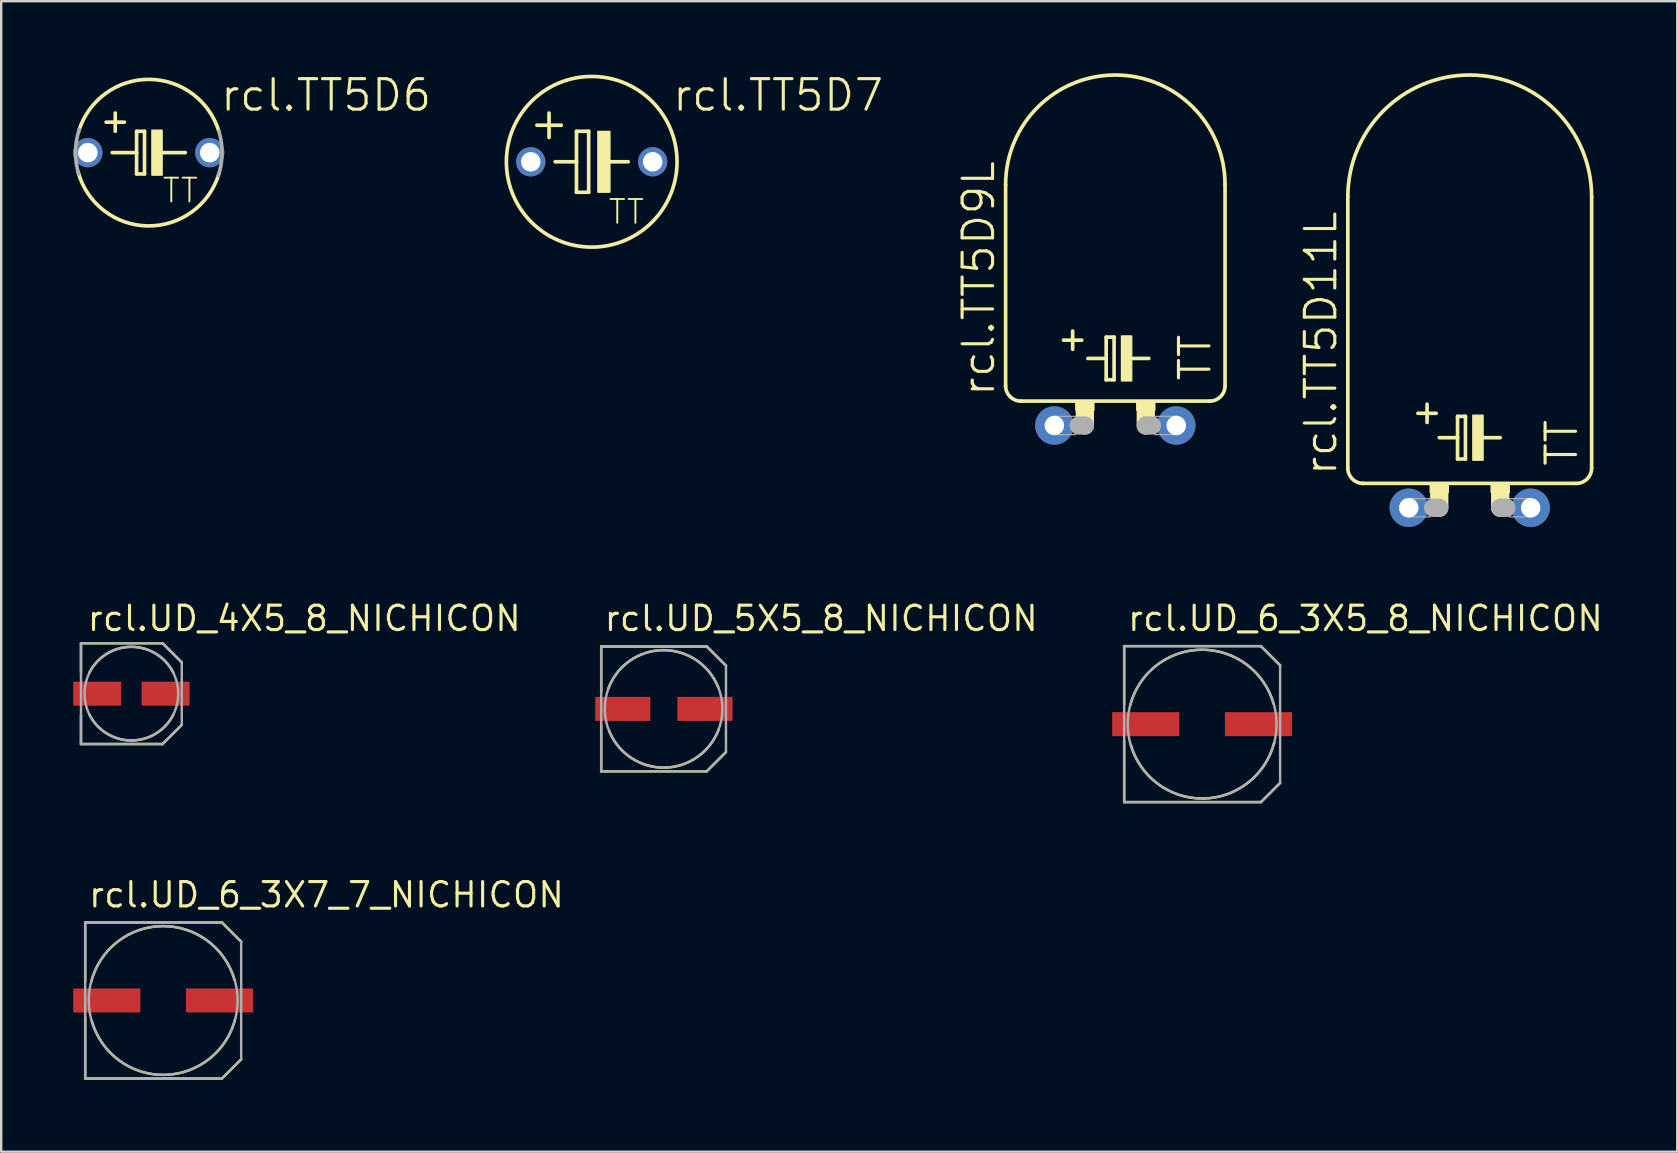
<source format=kicad_pcb>
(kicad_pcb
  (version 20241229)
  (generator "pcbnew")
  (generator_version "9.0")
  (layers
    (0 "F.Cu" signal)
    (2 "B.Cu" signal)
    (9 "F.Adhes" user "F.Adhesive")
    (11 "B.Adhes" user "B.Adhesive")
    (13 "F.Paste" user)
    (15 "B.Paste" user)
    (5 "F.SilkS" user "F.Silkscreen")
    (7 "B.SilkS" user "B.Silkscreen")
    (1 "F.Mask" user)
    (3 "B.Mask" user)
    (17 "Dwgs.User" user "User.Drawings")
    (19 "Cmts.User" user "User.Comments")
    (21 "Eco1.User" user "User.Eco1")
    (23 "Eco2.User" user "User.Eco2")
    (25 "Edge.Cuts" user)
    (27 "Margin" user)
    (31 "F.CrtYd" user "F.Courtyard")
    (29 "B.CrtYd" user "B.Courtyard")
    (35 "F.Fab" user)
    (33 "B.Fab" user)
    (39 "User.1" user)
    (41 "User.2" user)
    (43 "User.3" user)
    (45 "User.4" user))
  (footprint "rcl.TT5D7"
    (layer "F.Cu")
    (at 21.608 3.692)
    (property "Reference" "rcl.TT5D7" (at 3.302 -2.032 0) (layer "F.SilkS") (effects (font (size 1.27 1.27) (thickness 0.13)) (justify left bottom)))
    (attr through_hole)
    (fp_line (start -2.286 -1.524) (end -1.27 -1.524) (stroke (width 0.152) (type default)) (layer "F.SilkS"))
    (fp_line (start -1.778 -1.016) (end -1.778 -2.032) (stroke (width 0.152) (type default)) (layer "F.SilkS"))
    (fp_line (start -1.524 0) (end -0.635 0) (stroke (width 0.152) (type default)) (layer "F.SilkS"))
    (fp_line (start -0.635 -1.27) (end -0.635 0) (stroke (width 0.152) (type default)) (layer "F.SilkS"))
    (fp_line (start -0.635 0) (end -0.635 1.27) (stroke (width 0.152) (type default)) (layer "F.SilkS"))
    (fp_line (start -0.635 1.27) (end -0.127 1.27) (stroke (width 0.152) (type default)) (layer "F.SilkS"))
    (fp_line (start -0.127 -1.27) (end -0.635 -1.27) (stroke (width 0.152) (type default)) (layer "F.SilkS"))
    (fp_line (start -0.127 1.27) (end -0.127 -1.27) (stroke (width 0.152) (type default)) (layer "F.SilkS"))
    (fp_line (start 0.635 0) (end 1.524 0) (stroke (width 0.152) (type default)) (layer "F.SilkS"))
    (fp_rect (start 0.254 1.27) (end 0.762 -1.27) (stroke (width 0.05) (type default)) (fill yes) (layer "F.SilkS"))
    (fp_circle (center 0 0) (end 3.556 0) (stroke (width 0.152) (type default)) (fill no) (layer "F.SilkS"))
    (fp_text user "TT" (at 0.635 2.667 0) (layer "F.SilkS") (effects (font (size 0.991 0.991) (thickness 0.08)) (justify left bottom)))
    (pad "+" thru_hole circle (at -2.54 0) (size 1.219 1.219) (drill 0.813) (layers "*.Cu" "*.Mask"))
    (pad "-" thru_hole circle (at 2.54 0) (size 1.219 1.219) (drill 0.813) (layers "*.Cu" "*.Mask")))
  (footprint "rcl.UD_5X5_8_NICHICON"
    (layer "F.Cu")
    (at 24.603 26.491)
    (property "Reference" "rcl.UD_5X5_8_NICHICON" (at -2.54 -3.175 0) (layer "F.SilkS") (effects (font (size 1.016 1.016) (thickness 0.13)) (justify left bottom)))
    (attr smd)
    (fp_line (start -2.6 -2.6) (end 1.8 -2.6) (stroke (width 0.102) (type default)) (layer "F.SilkS"))
    (fp_line (start -2.6 -0.7) (end -2.6 -2.6) (stroke (width 0.102) (type default)) (layer "F.SilkS"))
    (fp_line (start -2.6 2.6) (end -2.6 0.7) (stroke (width 0.102) (type default)) (layer "F.SilkS"))
    (fp_line (start 1.8 -2.6) (end 2.6 -1.8) (stroke (width 0.102) (type default)) (layer "F.SilkS"))
    (fp_line (start 1.8 2.6) (end -2.6 2.6) (stroke (width 0.102) (type default)) (layer "F.SilkS"))
    (fp_line (start 2.6 1.8) (end 1.8 2.6) (stroke (width 0.102) (type default)) (layer "F.SilkS"))
    (fp_arc (start -2.3 -0.85) (mid -0.02968 -2.446956) (end 2.275 -0.9) (stroke (width 0.1016) (type default)) (layer "F.SilkS"))
    (fp_arc (start 2.3 0.85) (mid 0.02968 2.446956) (end -2.275 0.9) (stroke (width 0.1016) (type default)) (layer "F.SilkS"))
    (fp_line (start -2.6 -2.6) (end 1.8 -2.6) (stroke (width 0.102) (type default)) (layer "F.Fab"))
    (fp_line (start -2.6 2.6) (end -2.6 -2.6) (stroke (width 0.102) (type default)) (layer "F.Fab"))
    (fp_line (start 1.8 -2.6) (end 2.6 -1.8) (stroke (width 0.102) (type default)) (layer "F.Fab"))
    (fp_line (start 1.8 2.6) (end -2.6 2.6) (stroke (width 0.102) (type default)) (layer "F.Fab"))
    (fp_line (start 2.6 -1.8) (end 2.6 1.8) (stroke (width 0.102) (type default)) (layer "F.Fab"))
    (fp_line (start 2.6 1.8) (end 1.8 2.6) (stroke (width 0.102) (type default)) (layer "F.Fab"))
    (fp_circle (center 0 0) (end 2.45 0) (stroke (width 0.102) (type default)) (fill no) (layer "F.Fab"))
    (pad "+" smd roundrect (at 1.725 0) (size 2.3 1) (layers "F.Cu" "F.Mask" "F.Paste") (roundrect_rratio 0.01))
    (pad "-" smd roundrect (at -1.7 0) (size 2.3 1) (layers "F.Cu" "F.Mask" "F.Paste") (roundrect_rratio 0.01)))
  (footprint "rcl.TT5D9L"
    (layer "F.Cu")
    (at 43.428 14.681)
    (property "Reference" "rcl.TT5D9L" (at -4.953 -1.143 90) (layer "F.SilkS") (effects (font (size 1.27 1.27) (thickness 0.13)) (justify left bottom)))
    (attr through_hole)
    (fp_line (start -4.572 -10.033) (end -4.572 -1.651) (stroke (width 0.152) (type default)) (layer "F.SilkS"))
    (fp_line (start -3.937 -1.016) (end 3.937 -1.016) (stroke (width 0.152) (type default)) (layer "F.SilkS"))
    (fp_line (start -2.159 -3.556) (end -1.397 -3.556) (stroke (width 0.152) (type default)) (layer "F.SilkS"))
    (fp_line (start -1.778 -3.937) (end -1.778 -3.175) (stroke (width 0.152) (type default)) (layer "F.SilkS"))
    (fp_line (start -1.27 -0.635) (end -1.27 0) (stroke (width 0.762) (type default)) (layer "F.SilkS"))
    (fp_line (start -1.143 -2.794) (end -0.381 -2.794) (stroke (width 0.152) (type default)) (layer "F.SilkS"))
    (fp_line (start -0.381 -3.683) (end -0.381 -2.794) (stroke (width 0.152) (type default)) (layer "F.SilkS"))
    (fp_line (start -0.381 -2.794) (end -0.381 -1.905) (stroke (width 0.152) (type default)) (layer "F.SilkS"))
    (fp_line (start -0.381 -1.905) (end -0.051 -1.905) (stroke (width 0.152) (type default)) (layer "F.SilkS"))
    (fp_line (start -0.051 -3.683) (end -0.381 -3.683) (stroke (width 0.152) (type default)) (layer "F.SilkS"))
    (fp_line (start -0.051 -1.905) (end -0.051 -3.683) (stroke (width 0.152) (type default)) (layer "F.SilkS"))
    (fp_line (start 0.635 -2.794) (end 1.397 -2.794) (stroke (width 0.152) (type default)) (layer "F.SilkS"))
    (fp_line (start 1.27 -0.635) (end 1.27 0) (stroke (width 0.762) (type default)) (layer "F.SilkS"))
    (fp_line (start 4.572 -10.033) (end 4.572 -1.651) (stroke (width 0.152) (type default)) (layer "F.SilkS"))
    (fp_rect (start -1.651 -0.635) (end -0.889 -1.016) (stroke (width 0.05) (type default)) (fill yes) (layer "F.SilkS"))
    (fp_rect (start 0.254 -1.854) (end 0.686 -3.734) (stroke (width 0.05) (type default)) (fill yes) (layer "F.SilkS"))
    (fp_rect (start 0.889 -0.635) (end 1.651 -1.016) (stroke (width 0.05) (type default)) (fill yes) (layer "F.SilkS"))
    (fp_arc (start -4.572 -10.033) (mid 0 -14.605) (end 4.572 -10.033) (stroke (width 0.1524) (type default)) (layer "F.SilkS"))
    (fp_arc (start -3.937 -1.016) (mid -4.386013 -1.201987) (end -4.572 -1.651) (stroke (width 0.1524) (type default)) (layer "F.SilkS"))
    (fp_arc (start 4.572 -1.651) (mid 4.386013 -1.201987) (end 3.937 -1.016) (stroke (width 0.1524) (type default)) (layer "F.SilkS"))
    (fp_line (start -1.524 0) (end -1.27 0) (stroke (width 0.762) (type default)) (layer "F.Fab"))
    (fp_line (start 1.524 0) (end 1.27 0) (stroke (width 0.762) (type default)) (layer "F.Fab"))
    (fp_rect (start -2.54 0.381) (end -1.651 -0.381) (stroke (width 0.05) (type default)) (fill no) (layer "F.Fab"))
    (fp_rect (start 1.651 0.381) (end 2.54 -0.381) (stroke (width 0.05) (type default)) (fill no) (layer "F.Fab"))
    (fp_text user "TT" (at 4.064 -1.778 90) (layer "F.SilkS") (effects (font (size 1.27 1.27) (thickness 0.13)) (justify left bottom)))
    (pad "+" thru_hole circle (at -2.54 0) (size 1.6 1.6) (drill 0.813) (layers "*.Cu" "*.Mask"))
    (pad "-" thru_hole circle (at 2.54 0) (size 1.6 1.6) (drill 0.813) (layers "*.Cu" "*.Mask")))
  (footprint "rcl.TT5D6"
    (layer "F.Cu")
    (at 3.15 3.311)
    (property "Reference" "rcl.TT5D6" (at 2.921 -1.651 0) (layer "F.SilkS") (effects (font (size 1.27 1.27) (thickness 0.13)) (justify left bottom)))
    (attr through_hole)
    (fp_line (start -1.778 -1.27) (end -1.016 -1.27) (stroke (width 0.152) (type default)) (layer "F.SilkS"))
    (fp_line (start -1.524 0) (end -0.508 0) (stroke (width 0.152) (type default)) (layer "F.SilkS"))
    (fp_line (start -1.397 -1.651) (end -1.397 -0.889) (stroke (width 0.152) (type default)) (layer "F.SilkS"))
    (fp_line (start -0.508 -0.889) (end -0.508 0) (stroke (width 0.152) (type default)) (layer "F.SilkS"))
    (fp_line (start -0.508 0) (end -0.508 0.889) (stroke (width 0.152) (type default)) (layer "F.SilkS"))
    (fp_line (start -0.508 0.889) (end -0.178 0.889) (stroke (width 0.152) (type default)) (layer "F.SilkS"))
    (fp_line (start -0.178 -0.889) (end -0.508 -0.889) (stroke (width 0.152) (type default)) (layer "F.SilkS"))
    (fp_line (start -0.178 0.889) (end -0.178 -0.889) (stroke (width 0.152) (type default)) (layer "F.SilkS"))
    (fp_line (start 0.508 0) (end 1.524 0) (stroke (width 0.152) (type default)) (layer "F.SilkS"))
    (fp_rect (start 0.127 0.94) (end 0.559 -0.94) (stroke (width 0.05) (type default)) (fill yes) (layer "F.SilkS"))
    (fp_arc (start -2.908 -0.9307) (mid 0.021833 -3.053218) (end 2.921 -0.889) (stroke (width 0.1524) (type default)) (layer "F.SilkS"))
    (fp_arc (start 2.9211 0.889) (mid -0.034264 3.05318) (end -2.9403 0.8232) (stroke (width 0.1524) (type default)) (layer "F.SilkS"))
    (fp_arc (start -2.921 0.889) (mid -3.053017 -0.040147) (end -2.8966 -0.9655) (stroke (width 0.1524) (type default)) (layer "F.Fab"))
    (fp_arc (start 2.921 -0.889) (mid 3.053017 0.040147) (end 2.8966 0.9655) (stroke (width 0.1524) (type default)) (layer "F.Fab"))
    (fp_text user "TT" (at 0.508 2.159 0) (layer "F.SilkS") (effects (font (size 0.991 0.991) (thickness 0.08)) (justify left bottom)))
    (pad "+" thru_hole circle (at -2.54 0) (size 1.219 1.219) (drill 0.813) (layers "*.Cu" "*.Mask"))
    (pad "-" thru_hole circle (at 2.54 0) (size 1.219 1.219) (drill 0.813) (layers "*.Cu" "*.Mask")))
  (footprint "rcl.UD_6_3X7_7_NICHICON"
    (layer "F.Cu")
    (at 3.75 38.643)
    (property "Reference" "rcl.UD_6_3X7_7_NICHICON" (at -3.175 -3.81 0) (layer "F.SilkS") (effects (font (size 1.016 1.016) (thickness 0.13)) (justify left bottom)))
    (attr smd)
    (fp_line (start -3.25 -3.25) (end 2.45 -3.25) (stroke (width 0.102) (type default)) (layer "F.SilkS"))
    (fp_line (start -3.25 -0.8) (end -3.25 -3.25) (stroke (width 0.102) (type default)) (layer "F.SilkS"))
    (fp_line (start -3.25 3.25) (end -3.25 0.7) (stroke (width 0.102) (type default)) (layer "F.SilkS"))
    (fp_line (start 2.45 -3.25) (end 3.25 -2.45) (stroke (width 0.102) (type default)) (layer "F.SilkS"))
    (fp_line (start 2.45 3.25) (end -3.25 3.25) (stroke (width 0.102) (type default)) (layer "F.SilkS"))
    (fp_line (start 3.25 2.45) (end 2.45 3.25) (stroke (width 0.102) (type default)) (layer "F.SilkS"))
    (fp_arc (start -3 -0.775) (mid -0.041211 -3.099781) (end 2.975 -0.85) (stroke (width 0.1016) (type default)) (layer "F.SilkS"))
    (fp_arc (start 3 0.775) (mid 0.041211 3.099781) (end -2.975 0.85) (stroke (width 0.1016) (type default)) (layer "F.SilkS"))
    (fp_line (start -3.25 -3.25) (end 2.45 -3.25) (stroke (width 0.102) (type default)) (layer "F.Fab"))
    (fp_line (start -3.25 3.25) (end -3.25 -3.25) (stroke (width 0.102) (type default)) (layer "F.Fab"))
    (fp_line (start 2.45 -3.25) (end 3.25 -2.45) (stroke (width 0.102) (type default)) (layer "F.Fab"))
    (fp_line (start 2.45 3.25) (end -3.25 3.25) (stroke (width 0.102) (type default)) (layer "F.Fab"))
    (fp_line (start 3.25 -2.45) (end 3.25 2.45) (stroke (width 0.102) (type default)) (layer "F.Fab"))
    (fp_line (start 3.25 2.45) (end 2.45 3.25) (stroke (width 0.102) (type default)) (layer "F.Fab"))
    (fp_circle (center 0 0) (end 3.1 0) (stroke (width 0.102) (type default)) (fill no) (layer "F.Fab"))
    (pad "+" smd roundrect (at 2.35 0) (size 2.8 1) (layers "F.Cu" "F.Mask" "F.Paste") (roundrect_rratio 0.01))
    (pad "-" smd roundrect (at -2.35 0) (size 2.8 1) (layers "F.Cu" "F.Mask" "F.Paste") (roundrect_rratio 0.01)))
  (footprint "rcl.UD_4X5_8_NICHICON"
    (layer "F.Cu")
    (at 2.425 25.856)
    (property "Reference" "rcl.UD_4X5_8_NICHICON" (at -1.905 -2.54 0) (layer "F.SilkS") (effects (font (size 1.016 1.016) (thickness 0.13)) (justify left bottom)))
    (attr smd)
    (fp_line (start -2.1 -2.1) (end 1.3 -2.1) (stroke (width 0.102) (type default)) (layer "F.SilkS"))
    (fp_line (start -2.1 -0.9) (end -2.1 -2.1) (stroke (width 0.102) (type default)) (layer "F.SilkS"))
    (fp_line (start -2.1 2.1) (end -2.1 0.9) (stroke (width 0.102) (type default)) (layer "F.SilkS"))
    (fp_line (start 1.3 -2.1) (end 2.1 -1.3) (stroke (width 0.102) (type default)) (layer "F.SilkS"))
    (fp_line (start 1.3 2.1) (end -2.1 2.1) (stroke (width 0.102) (type default)) (layer "F.SilkS"))
    (fp_line (start 2.1 1.3) (end 1.3 2.1) (stroke (width 0.102) (type default)) (layer "F.SilkS"))
    (fp_arc (start -1.75 -0.875) (mid 0 -1.950175) (end 1.75 -0.875) (stroke (width 0.1016) (type default)) (layer "F.SilkS"))
    (fp_arc (start 1.75 0.875) (mid 0 1.950175) (end -1.75 0.875) (stroke (width 0.1016) (type default)) (layer "F.SilkS"))
    (fp_line (start -2.1 -2.1) (end 1.3 -2.1) (stroke (width 0.102) (type default)) (layer "F.Fab"))
    (fp_line (start -2.1 2.1) (end -2.1 -2.1) (stroke (width 0.102) (type default)) (layer "F.Fab"))
    (fp_line (start 1.3 -2.1) (end 2.1 -1.3) (stroke (width 0.102) (type default)) (layer "F.Fab"))
    (fp_line (start 1.3 2.1) (end -2.1 2.1) (stroke (width 0.102) (type default)) (layer "F.Fab"))
    (fp_line (start 2.1 -1.3) (end 2.1 1.3) (stroke (width 0.102) (type default)) (layer "F.Fab"))
    (fp_line (start 2.1 1.3) (end 1.3 2.1) (stroke (width 0.102) (type default)) (layer "F.Fab"))
    (fp_circle (center 0 0) (end 1.953 0) (stroke (width 0.102) (type default)) (fill no) (layer "F.Fab"))
    (pad "+" smd roundrect (at 1.425 0) (size 2 1) (layers "F.Cu" "F.Mask" "F.Paste") (roundrect_rratio 0.01))
    (pad "-" smd roundrect (at -1.425 0) (size 2 1) (layers "F.Cu" "F.Mask" "F.Paste") (roundrect_rratio 0.01)))
  (footprint "rcl.UD_6_3X5_8_NICHICON"
    (layer "F.Cu")
    (at 47.046 27.126)
    (property "Reference" "rcl.UD_6_3X5_8_NICHICON" (at -3.175 -3.81 0) (layer "F.SilkS") (effects (font (size 1.016 1.016) (thickness 0.13)) (justify left bottom)))
    (attr smd)
    (fp_line (start -3.25 -3.25) (end 2.45 -3.25) (stroke (width 0.102) (type default)) (layer "F.SilkS"))
    (fp_line (start -3.25 -0.8) (end -3.25 -3.25) (stroke (width 0.102) (type default)) (layer "F.SilkS"))
    (fp_line (start -3.25 3.25) (end -3.25 0.7) (stroke (width 0.102) (type default)) (layer "F.SilkS"))
    (fp_line (start 2.45 -3.25) (end 3.25 -2.45) (stroke (width 0.102) (type default)) (layer "F.SilkS"))
    (fp_line (start 2.45 3.25) (end -3.25 3.25) (stroke (width 0.102) (type default)) (layer "F.SilkS"))
    (fp_line (start 3.25 2.45) (end 2.45 3.25) (stroke (width 0.102) (type default)) (layer "F.SilkS"))
    (fp_arc (start -3 -0.775) (mid -0.041211 -3.099781) (end 2.975 -0.85) (stroke (width 0.1016) (type default)) (layer "F.SilkS"))
    (fp_arc (start 3 0.775) (mid 0.041211 3.099781) (end -2.975 0.85) (stroke (width 0.1016) (type default)) (layer "F.SilkS"))
    (fp_line (start -3.25 -3.25) (end 2.45 -3.25) (stroke (width 0.102) (type default)) (layer "F.Fab"))
    (fp_line (start -3.25 3.25) (end -3.25 -3.25) (stroke (width 0.102) (type default)) (layer "F.Fab"))
    (fp_line (start 2.45 -3.25) (end 3.25 -2.45) (stroke (width 0.102) (type default)) (layer "F.Fab"))
    (fp_line (start 2.45 3.25) (end -3.25 3.25) (stroke (width 0.102) (type default)) (layer "F.Fab"))
    (fp_line (start 3.25 -2.45) (end 3.25 2.45) (stroke (width 0.102) (type default)) (layer "F.Fab"))
    (fp_line (start 3.25 2.45) (end 2.45 3.25) (stroke (width 0.102) (type default)) (layer "F.Fab"))
    (fp_circle (center 0 0) (end 3.1 0) (stroke (width 0.102) (type default)) (fill no) (layer "F.Fab"))
    (pad "+" smd roundrect (at 2.35 0) (size 2.8 1) (layers "F.Cu" "F.Mask" "F.Paste") (roundrect_rratio 0.01))
    (pad "-" smd roundrect (at -2.35 0) (size 2.8 1) (layers "F.Cu" "F.Mask" "F.Paste") (roundrect_rratio 0.01)))
  (footprint "rcl.TT5D11L"
    (layer "F.Cu")
    (at 58.197 18.11)
    (property "Reference" "rcl.TT5D11L" (at -5.461 -1.27 90) (layer "F.SilkS") (effects (font (size 1.27 1.27) (thickness 0.13)) (justify left bottom)))
    (attr through_hole)
    (fp_line (start -5.08 -12.954) (end -5.08 -1.651) (stroke (width 0.152) (type default)) (layer "F.SilkS"))
    (fp_line (start -4.445 -1.016) (end 4.445 -1.016) (stroke (width 0.152) (type default)) (layer "F.SilkS"))
    (fp_line (start -2.159 -3.937) (end -1.397 -3.937) (stroke (width 0.152) (type default)) (layer "F.SilkS"))
    (fp_line (start -1.778 -4.318) (end -1.778 -3.556) (stroke (width 0.152) (type default)) (layer "F.SilkS"))
    (fp_line (start -1.27 -2.921) (end -0.508 -2.921) (stroke (width 0.152) (type default)) (layer "F.SilkS"))
    (fp_line (start -1.27 -0.635) (end -1.27 0) (stroke (width 0.762) (type default)) (layer "F.SilkS"))
    (fp_line (start -0.508 -3.81) (end -0.508 -2.921) (stroke (width 0.152) (type default)) (layer "F.SilkS"))
    (fp_line (start -0.508 -2.921) (end -0.508 -2.032) (stroke (width 0.152) (type default)) (layer "F.SilkS"))
    (fp_line (start -0.508 -2.032) (end -0.178 -2.032) (stroke (width 0.152) (type default)) (layer "F.SilkS"))
    (fp_line (start -0.178 -3.81) (end -0.508 -3.81) (stroke (width 0.152) (type default)) (layer "F.SilkS"))
    (fp_line (start -0.178 -2.032) (end -0.178 -3.81) (stroke (width 0.152) (type default)) (layer "F.SilkS"))
    (fp_line (start 0.508 -2.921) (end 1.27 -2.921) (stroke (width 0.152) (type default)) (layer "F.SilkS"))
    (fp_line (start 1.27 -0.635) (end 1.27 0) (stroke (width 0.762) (type default)) (layer "F.SilkS"))
    (fp_line (start 5.08 -12.954) (end 5.08 -1.651) (stroke (width 0.152) (type default)) (layer "F.SilkS"))
    (fp_rect (start -1.651 -0.635) (end -0.889 -1.016) (stroke (width 0.05) (type default)) (fill yes) (layer "F.SilkS"))
    (fp_rect (start 0.127 -1.981) (end 0.559 -3.861) (stroke (width 0.05) (type default)) (fill yes) (layer "F.SilkS"))
    (fp_rect (start 0.889 -0.635) (end 1.651 -1.016) (stroke (width 0.05) (type default)) (fill yes) (layer "F.SilkS"))
    (fp_arc (start -5.08 -12.954) (mid 0 -18.034) (end 5.08 -12.954) (stroke (width 0.1524) (type default)) (layer "F.SilkS"))
    (fp_arc (start -4.445 -1.016) (mid -4.894013 -1.201987) (end -5.08 -1.651) (stroke (width 0.1524) (type default)) (layer "F.SilkS"))
    (fp_arc (start 5.08 -1.651) (mid 4.894013 -1.201987) (end 4.445 -1.016) (stroke (width 0.1524) (type default)) (layer "F.SilkS"))
    (fp_line (start -1.524 0) (end -1.27 0) (stroke (width 0.762) (type default)) (layer "F.Fab"))
    (fp_line (start 1.524 0) (end 1.27 0) (stroke (width 0.762) (type default)) (layer "F.Fab"))
    (fp_rect (start -2.54 0.381) (end -1.651 -0.381) (stroke (width 0.05) (type default)) (fill no) (layer "F.Fab"))
    (fp_rect (start 1.651 0.381) (end 2.54 -0.381) (stroke (width 0.05) (type default)) (fill no) (layer "F.Fab"))
    (fp_text user "TT" (at 4.572 -1.651 90) (layer "F.SilkS") (effects (font (size 1.27 1.27) (thickness 0.13)) (justify left bottom)))
    (pad "+" thru_hole circle (at -2.54 0) (size 1.6 1.6) (drill 0.813) (layers "*.Cu" "*.Mask"))
    (pad "-" thru_hole circle (at 2.54 0) (size 1.6 1.6) (drill 0.813) (layers "*.Cu" "*.Mask")))
  (gr_rect
    (start -3 -3)
    (end 66.845 44.944)
    (stroke (width 0.1) (type default))
    (fill no)
    (layer "Edge.Cuts")))
</source>
